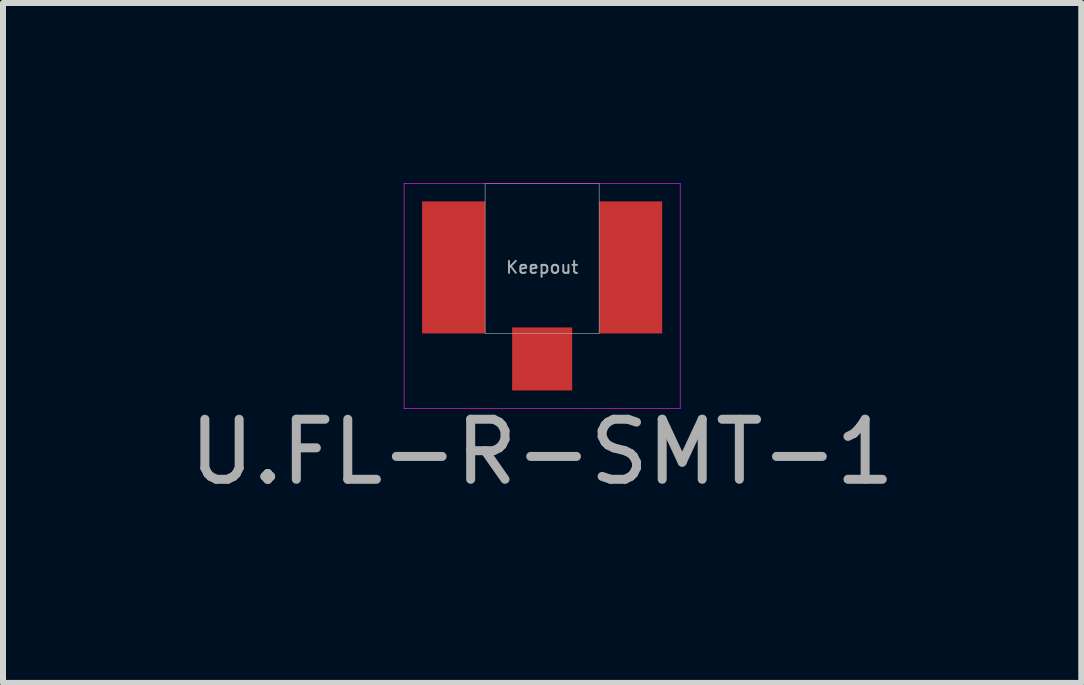
<source format=kicad_pcb>
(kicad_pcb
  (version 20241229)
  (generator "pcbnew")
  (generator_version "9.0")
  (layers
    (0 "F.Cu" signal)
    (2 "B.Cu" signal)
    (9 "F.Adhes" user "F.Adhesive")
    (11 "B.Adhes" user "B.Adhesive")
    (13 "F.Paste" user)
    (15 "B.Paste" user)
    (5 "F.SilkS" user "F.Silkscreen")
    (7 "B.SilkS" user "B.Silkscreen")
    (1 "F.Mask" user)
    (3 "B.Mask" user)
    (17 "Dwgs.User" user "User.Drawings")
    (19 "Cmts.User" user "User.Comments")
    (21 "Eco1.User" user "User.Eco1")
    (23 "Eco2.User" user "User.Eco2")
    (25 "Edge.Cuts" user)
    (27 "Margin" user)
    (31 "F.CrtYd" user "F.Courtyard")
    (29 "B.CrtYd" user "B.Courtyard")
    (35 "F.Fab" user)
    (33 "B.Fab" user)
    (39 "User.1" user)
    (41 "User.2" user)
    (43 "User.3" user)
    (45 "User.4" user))
  (footprint "U.FL-R-SMT-1"
    (layer "F.Cu")
    (at 5.982 1.405)
    (property "Reference" "U.FL-R-SMT-1" (at 0 3.075 0) (layer "F.Fab") (effects (font (size 1 1) (thickness 0.15))))
    (attr through_hole)
    (fp_line (start -2.3 -1.4) (end 2.3 -1.4) (stroke (width 0.01) (type solid)) (layer "F.CrtYd"))
    (fp_line (start -2.3 2.35) (end -2.3 -1.4) (stroke (width 0.01) (type solid)) (layer "F.CrtYd"))
    (fp_line (start -0.8 2.35) (end -2.3 2.35) (stroke (width 0.01) (type solid)) (layer "F.CrtYd"))
    (fp_line (start 0.8 2.35) (end -0.8 2.35) (stroke (width 0.01) (type solid)) (layer "F.CrtYd"))
    (fp_line (start 2.3 -1.4) (end 2.3 2.35) (stroke (width 0.01) (type solid)) (layer "F.CrtYd"))
    (fp_line (start 2.3 2.35) (end 0.8 2.35) (stroke (width 0.01) (type solid)) (layer "F.CrtYd"))
    (fp_line (start -0.95 -1.4) (end 0.95 -1.4) (stroke (width 0.01) (type solid)) (layer "F.Fab"))
    (fp_line (start -0.95 1.1) (end -0.95 -1.4) (stroke (width 0.01) (type solid)) (layer "F.Fab"))
    (fp_line (start 0.95 -1.4) (end 0.95 1.1) (stroke (width 0.01) (type solid)) (layer "F.Fab"))
    (fp_line (start 0.95 1.1) (end -0.95 1.1) (stroke (width 0.01) (type solid)) (layer "F.Fab"))
    (fp_text user "Keepout" (at 0 0 0) (layer "F.Fab") (effects (font (size 0.2 0.2) (thickness 0.032))))
    (pad "1" smd rect (at 0 1.525) (size 1 1.05) (layers "F.Cu" "F.Mask" "F.Paste"))
    (pad "2" smd rect (at -1.475 0) (size 1.05 2.2) (layers "F.Cu" "F.Mask" "F.Paste"))
    (pad "2" smd rect (at 1.475 0) (size 1.05 2.2) (layers "F.Cu" "F.Mask" "F.Paste")))
  (gr_rect
    (start -3 -3)
    (end 14.964 8.328)
    (stroke (width 0.1) (type default))
    (fill no)
    (layer "Edge.Cuts")))
</source>
